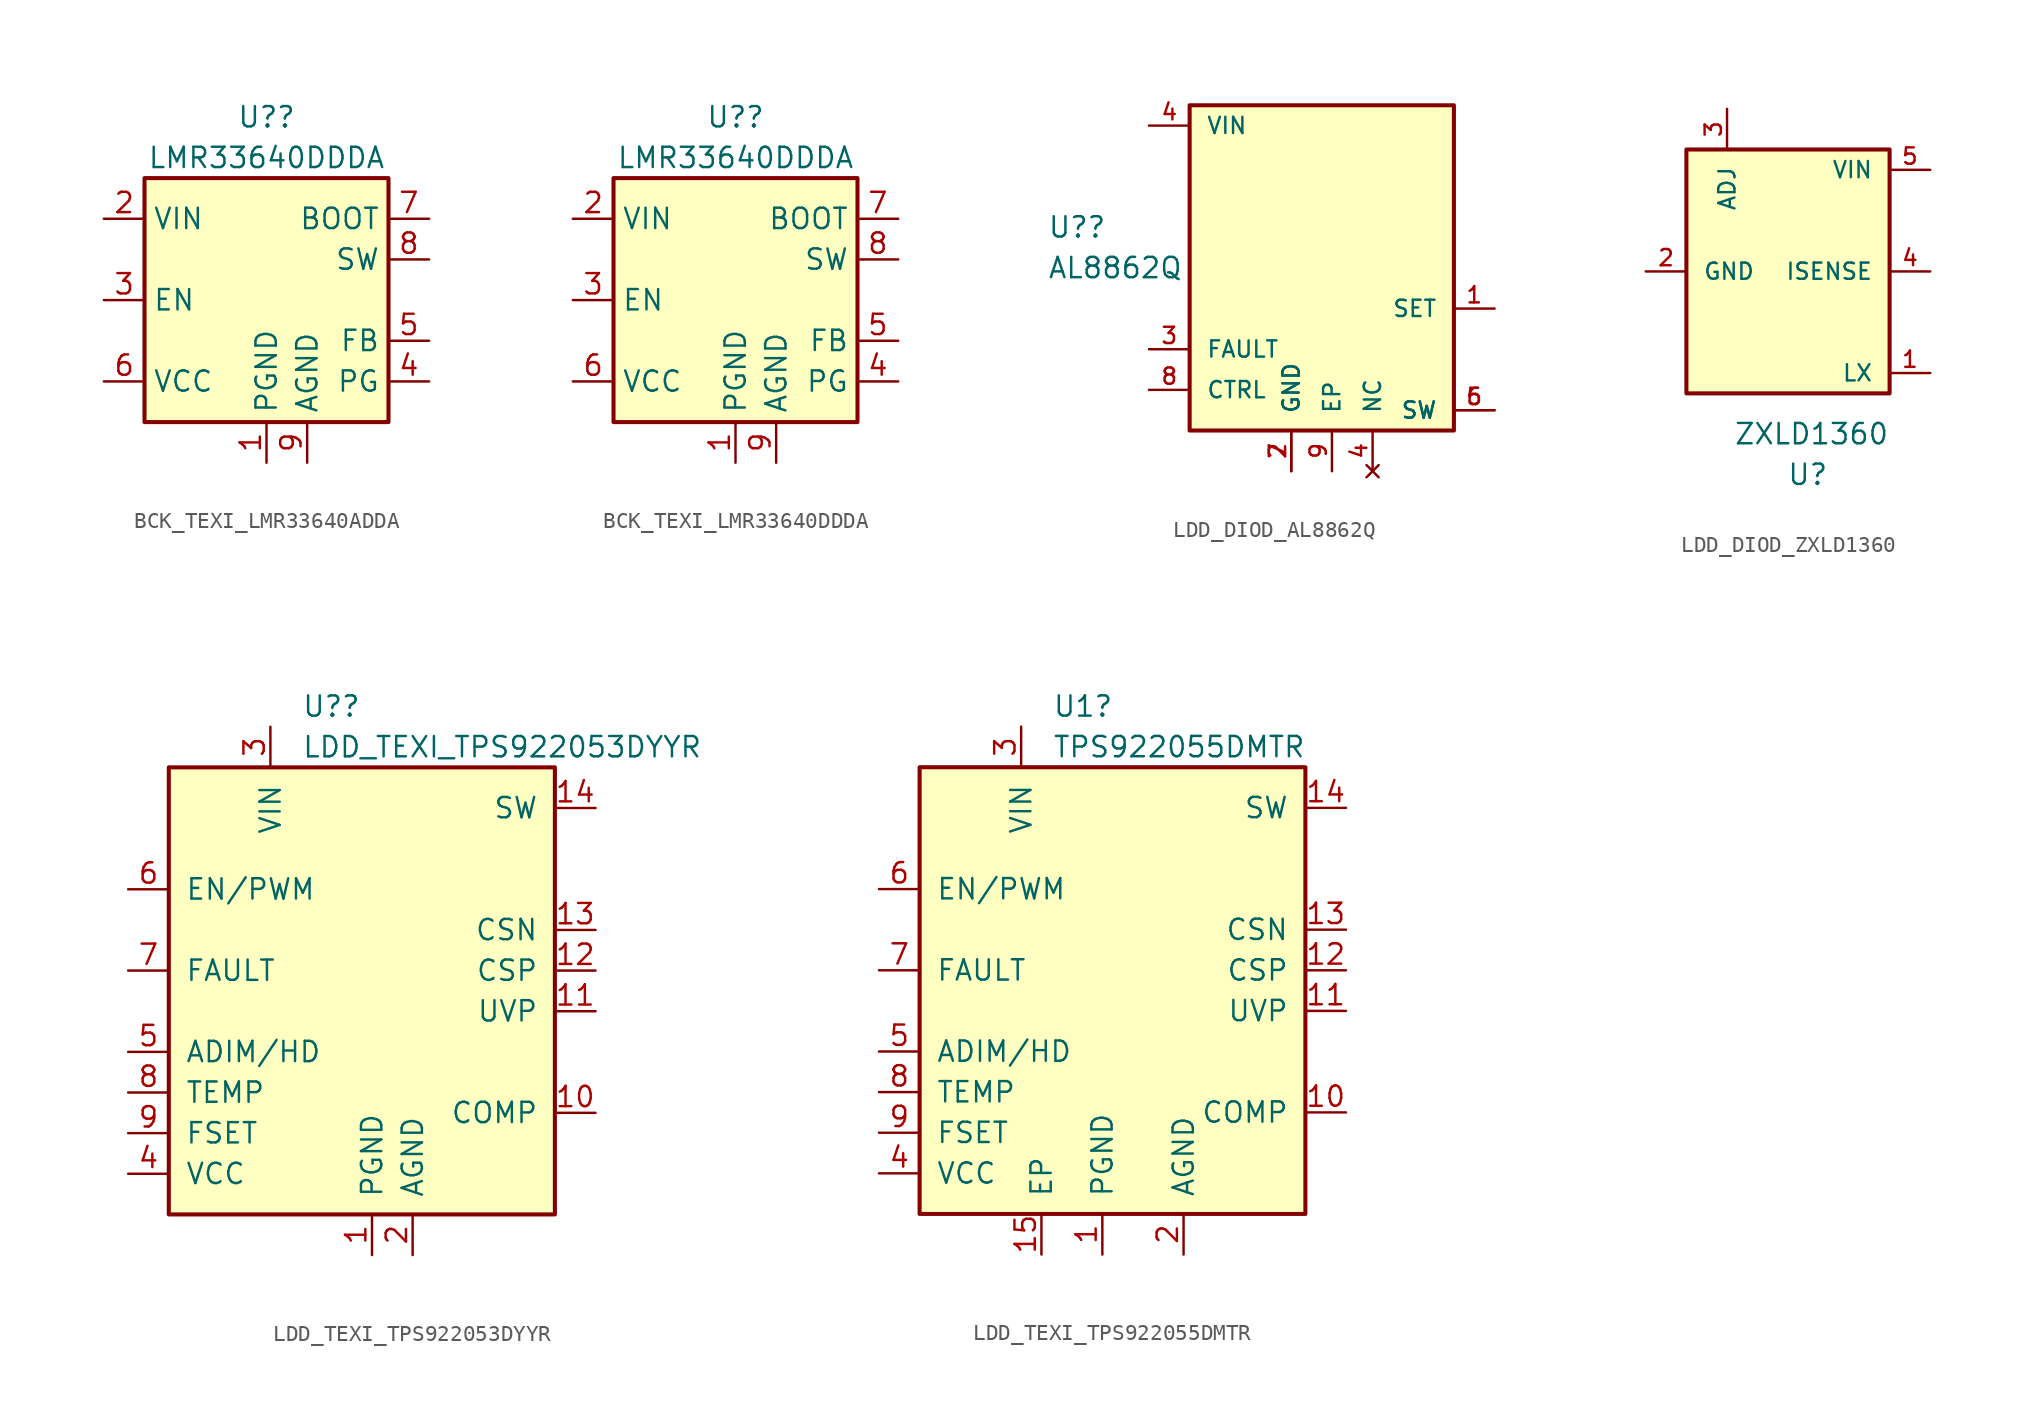
<source format=kicad_sym>
(kicad_symbol_lib
  (version 20231120)
  (generator "kicad_symbol_editor")
  (generator_version "8.0")
  (symbol "BCK_TEXI_LMR33640ADDA"
    (property "Reference" "U?"
      (at 0 11.43 0)
      (effects (font (size 1.27 1.27))))
    (property "Value" "LMR33640DDDA"
      (at 0 8.89 0)
      (effects (font (size 1.27 1.27))))
    (symbol "BCK_TEXI_LMR33640ADDA_0_1"
      (rectangle (start -7.62 7.62) (end 7.62 -7.62) (stroke (width 0.254) (type default)) (fill (type background))))
    (symbol "BCK_TEXI_LMR33640ADDA_1_1"
      (pin power_in line (at 0 -10.16 90) (length 2.54) (name "PGND" (effects (font (size 1.27 1.27)))) (number "1" (effects (font (size 1.27 1.27)))))
      (pin power_in line (at -10.16 5.08 0) (length 2.54) (name "VIN" (effects (font (size 1.27 1.27)))) (number "2" (effects (font (size 1.27 1.27)))))
      (pin input line (at -10.16 0 0) (length 2.54) (name "EN" (effects (font (size 1.27 1.27)))) (number "3" (effects (font (size 1.27 1.27)))))
      (pin open_collector line (at 10.16 -5.08 180) (length 2.54) (name "PG" (effects (font (size 1.27 1.27)))) (number "4" (effects (font (size 1.27 1.27)))))
      (pin input line (at 10.16 -2.54 180) (length 2.54) (name "FB" (effects (font (size 1.27 1.27)))) (number "5" (effects (font (size 1.27 1.27)))))
      (pin power_out line (at -10.16 -5.08 0) (length 2.54) (name "VCC" (effects (font (size 1.27 1.27)))) (number "6" (effects (font (size 1.27 1.27)))))
      (pin input line (at 10.16 5.08 180) (length 2.54) (name "BOOT" (effects (font (size 1.27 1.27)))) (number "7" (effects (font (size 1.27 1.27)))))
      (pin output line (at 10.16 2.54 180) (length 2.54) (name "SW" (effects (font (size 1.27 1.27)))) (number "8" (effects (font (size 1.27 1.27)))))
      (pin power_in line (at 2.54 -10.16 90) (length 2.54) (name "AGND" (effects (font (size 1.27 1.27)))) (number "9" (effects (font (size 1.27 1.27)))))))
  (symbol "BCK_TEXI_LMR33640DDDA"
    (property "Reference" "U?"
      (at 0 11.43 0)
      (effects (font (size 1.27 1.27))))
    (property "Value" "LMR33640DDDA"
      (at 0 8.89 0)
      (effects (font (size 1.27 1.27))))
    (symbol "BCK_TEXI_LMR33640DDDA_0_1"
      (rectangle (start -7.62 7.62) (end 7.62 -7.62) (stroke (width 0.254) (type default)) (fill (type background))))
    (symbol "BCK_TEXI_LMR33640DDDA_1_1"
      (pin power_in line (at 0 -10.16 90) (length 2.54) (name "PGND" (effects (font (size 1.27 1.27)))) (number "1" (effects (font (size 1.27 1.27)))))
      (pin power_in line (at -10.16 5.08 0) (length 2.54) (name "VIN" (effects (font (size 1.27 1.27)))) (number "2" (effects (font (size 1.27 1.27)))))
      (pin input line (at -10.16 0 0) (length 2.54) (name "EN" (effects (font (size 1.27 1.27)))) (number "3" (effects (font (size 1.27 1.27)))))
      (pin open_collector line (at 10.16 -5.08 180) (length 2.54) (name "PG" (effects (font (size 1.27 1.27)))) (number "4" (effects (font (size 1.27 1.27)))))
      (pin input line (at 10.16 -2.54 180) (length 2.54) (name "FB" (effects (font (size 1.27 1.27)))) (number "5" (effects (font (size 1.27 1.27)))))
      (pin power_out line (at -10.16 -5.08 0) (length 2.54) (name "VCC" (effects (font (size 1.27 1.27)))) (number "6" (effects (font (size 1.27 1.27)))))
      (pin input line (at 10.16 5.08 180) (length 2.54) (name "BOOT" (effects (font (size 1.27 1.27)))) (number "7" (effects (font (size 1.27 1.27)))))
      (pin output line (at 10.16 2.54 180) (length 2.54) (name "SW" (effects (font (size 1.27 1.27)))) (number "8" (effects (font (size 1.27 1.27)))))
      (pin power_in line (at 2.54 -10.16 90) (length 2.54) (name "AGND" (effects (font (size 1.27 1.27)))) (number "9" (effects (font (size 1.27 1.27)))))))
  (symbol "LDD_DIOD_AL8862Q"
    (pin_names
      (offset 1.016))
    (property "Reference" "U?"
      (at -19.05 5.08 0)
      (effects (font (size 1.27 1.27)) (justify left)))
    (property "Value" "AL8862Q"
      (at -19.05 2.54 0)
      (effects (font (size 1.27 1.27)) (justify left)))
    (symbol "LDD_DIOD_AL8862Q_0_0"
      (rectangle (start -10.16 12.7) (end 6.35 -7.62) (stroke (width 0.254) (type default)) (fill (type background)))
      (pin power_in line (at -3.81 -10.16 90) (length 2.54) (name "GND" (effects (font (size 1.016 1.016)))) (number "2" (effects (font (size 1.016 1.016))))))
    (symbol "LDD_DIOD_AL8862Q_1_0"
      (pin output line (at 8.89 0 180) (length 2.54) (name "SET" (effects (font (size 1.016 1.016)))) (number "1" (effects (font (size 1.016 1.016)))))
      (pin open_collector line (at -12.7 -2.54 0) (length 2.54) (name "FAULT" (effects (font (size 1.016 1.016)))) (number "3" (effects (font (size 1.016 1.016)))))
      (pin no_connect line (at 1.27 -10.16 90) (length 2.54) (name "NC" (effects (font (size 1.016 1.016)))) (number "4" (effects (font (size 1.016 1.016)))))
      (pin power_in line (at -12.7 11.43 0) (length 2.54) (name "VIN" (effects (font (size 1.016 1.016)))) (number "4" (effects (font (size 1.016 1.016)))))
      (pin input line (at 8.89 -6.35 180) (length 2.54) (name "SW" (effects (font (size 1.016 1.016)))) (number "5" (effects (font (size 1.016 1.016)))))
      (pin input line (at 8.89 -6.35 180) (length 2.54) (name "SW" (effects (font (size 1.016 1.016)))) (number "6" (effects (font (size 1.016 1.016)))))
      (pin power_in line (at -3.81 -10.16 90) (length 2.54) (name "GND" (effects (font (size 1.016 1.016)))) (number "7" (effects (font (size 1.016 1.016)))))
      (pin input line (at -12.7 -5.08 0) (length 2.54) (name "CTRL" (effects (font (size 1.016 1.016)))) (number "8" (effects (font (size 1.016 1.016)))))
      (pin power_in line (at -1.27 -10.16 90) (length 2.54) (name "EP" (effects (font (size 1.016 1.016)))) (number "9" (effects (font (size 1.016 1.016)))))))
  (symbol "LDD_DIOD_ZXLD1360"
    (pin_names
      (offset 1.016))
    (property "Reference" "U"
      (at 1.27 -12.7 0)
      (effects (font (size 1.27 1.27)) (justify right)))
    (property "Value" "ZXLD1360"
      (at 5.08 -10.16 0)
      (effects (font (size 1.27 1.27)) (justify right)))
    (symbol "LDD_DIOD_ZXLD1360_0_0"
      (rectangle (start -7.62 -7.62) (end 5.08 7.62) (stroke (width 0.254) (type default)) (fill (type background)))
      (pin output line (at 7.62 -6.35 180) (length 2.54) (name "LX" (effects (font (size 1.016 1.016)))) (number "1" (effects (font (size 1.016 1.016)))))
      (pin power_in line (at -10.16 0 0) (length 2.54) (name "GND" (effects (font (size 1.016 1.016)))) (number "2" (effects (font (size 1.016 1.016)))))
      (pin input line (at -5.08 10.16 270) (length 2.54) (name "ADJ" (effects (font (size 1.016 1.016)))) (number "3" (effects (font (size 1.016 1.016)))))
      (pin input line (at 7.62 0 180) (length 2.54) (name "ISENSE" (effects (font (size 1.016 1.016)))) (number "4" (effects (font (size 1.016 1.016)))))
      (pin power_in line (at 7.62 6.35 180) (length 2.54) (name "VIN" (effects (font (size 1.016 1.016)))) (number "5" (effects (font (size 1.016 1.016)))))))
  (symbol "LDD_TEXI_TPS922053DYYR"
    (pin_names
      (offset 1.016))
    (property "Reference" "U?"
      (at -5.664 16.51 0)
      (effects (font (size 1.27 1.27)) (justify left)))
    (property "Value" "LDD_TEXI_TPS922053DYYR"
      (at -5.664 13.97 0)
      (effects (font (size 1.27 1.27)) (justify left)))
    (symbol "LDD_TEXI_TPS922053DYYR_0_0"
      (rectangle (start -13.97 12.7) (end 10.16 -15.24) (stroke (width 0.254) (type default)) (fill (type background))))
    (symbol "LDD_TEXI_TPS922053DYYR_1_0"
      (pin power_in line (at -1.27 -17.78 90) (length 2.54) (name "PGND" (effects (font (size 1.27 1.27)))) (number "1" (effects (font (size 1.27 1.27)))))
      (pin input line (at 12.7 -8.89 180) (length 2.54) (name "COMP" (effects (font (size 1.27 1.27)))) (number "10" (effects (font (size 1.27 1.27)))))
      (pin input line (at 12.7 -2.54 180) (length 2.54) (name "UVP" (effects (font (size 1.27 1.27)))) (number "11" (effects (font (size 1.27 1.27)))))
      (pin input line (at 12.7 0 180) (length 2.54) (name "CSP" (effects (font (size 1.27 1.27)))) (number "12" (effects (font (size 1.27 1.27)))))
      (pin input line (at 12.7 2.54 180) (length 2.54) (name "CSN" (effects (font (size 1.27 1.27)))) (number "13" (effects (font (size 1.27 1.27)))))
      (pin output line (at 12.7 10.16 180) (length 2.54) (name "SW" (effects (font (size 1.27 1.27)))) (number "14" (effects (font (size 1.27 1.27)))))
      (pin power_in line (at 1.27 -17.78 90) (length 2.54) (name "AGND" (effects (font (size 1.27 1.27)))) (number "2" (effects (font (size 1.27 1.27)))))
      (pin power_in line (at -7.62 15.24 270) (length 2.54) (name "VIN" (effects (font (size 1.27 1.27)))) (number "3" (effects (font (size 1.27 1.27)))))
      (pin power_out line (at -16.51 -12.7 0) (length 2.54) (name "VCC" (effects (font (size 1.27 1.27)))) (number "4" (effects (font (size 1.27 1.27)))))
      (pin input line (at -16.51 -5.08 0) (length 2.54) (name "ADIM/HD" (effects (font (size 1.27 1.27)))) (number "5" (effects (font (size 1.27 1.27)))))
      (pin input line (at -16.51 5.08 0) (length 2.54) (name "EN/PWM" (effects (font (size 1.27 1.27)))) (number "6" (effects (font (size 1.27 1.27)))))
      (pin open_collector line (at -16.51 0 0) (length 2.54) (name "FAULT" (effects (font (size 1.27 1.27)))) (number "7" (effects (font (size 1.27 1.27)))))
      (pin input line (at -16.51 -7.62 0) (length 2.54) (name "TEMP" (effects (font (size 1.27 1.27)))) (number "8" (effects (font (size 1.27 1.27)))))
      (pin input line (at -16.51 -10.16 0) (length 2.54) (name "FSET" (effects (font (size 1.27 1.27)))) (number "9" (effects (font (size 1.27 1.27)))))))
  (symbol "LDD_TEXI_TPS922055DMTR"
    (pin_names
      (offset 1.016))
    (property "Reference" "U1"
      (at -5.664 16.51 0)
      (effects (font (size 1.27 1.27)) (justify left)))
    (property "Value" "TPS922055DMTR"
      (at -5.664 13.97 0)
      (effects (font (size 1.27 1.27)) (justify left)))
    (symbol "LDD_TEXI_TPS922055DMTR_0_0"
      (rectangle (start -13.97 12.7) (end 10.16 -15.24) (stroke (width 0.254) (type default)) (fill (type background))))
    (symbol "LDD_TEXI_TPS922055DMTR_1_0"
      (pin input line (at 12.7 -8.89 180) (length 2.54) (name "COMP" (effects (font (size 1.27 1.27)))) (number "10" (effects (font (size 1.27 1.27)))))
      (pin input line (at 12.7 -2.54 180) (length 2.54) (name "UVP" (effects (font (size 1.27 1.27)))) (number "11" (effects (font (size 1.27 1.27)))))
      (pin input line (at 12.7 0 180) (length 2.54) (name "CSP" (effects (font (size 1.27 1.27)))) (number "12" (effects (font (size 1.27 1.27)))))
      (pin input line (at 12.7 2.54 180) (length 2.54) (name "CSN" (effects (font (size 1.27 1.27)))) (number "13" (effects (font (size 1.27 1.27)))))
      (pin output line (at 12.7 10.16 180) (length 2.54) (name "SW" (effects (font (size 1.27 1.27)))) (number "14" (effects (font (size 1.27 1.27)))))
      (pin power_in line (at -6.35 -17.78 90) (length 2.54) (name "EP" (effects (font (size 1.27 1.27)))) (number "15" (effects (font (size 1.27 1.27)))))
      (pin power_in line (at 2.54 -17.78 90) (length 2.54) (name "AGND" (effects (font (size 1.27 1.27)))) (number "2" (effects (font (size 1.27 1.27)))))
      (pin power_in line (at -7.62 15.24 270) (length 2.54) (name "VIN" (effects (font (size 1.27 1.27)))) (number "3" (effects (font (size 1.27 1.27)))))
      (pin power_out line (at -16.51 -12.7 0) (length 2.54) (name "VCC" (effects (font (size 1.27 1.27)))) (number "4" (effects (font (size 1.27 1.27)))))
      (pin input line (at -16.51 -5.08 0) (length 2.54) (name "ADIM/HD" (effects (font (size 1.27 1.27)))) (number "5" (effects (font (size 1.27 1.27)))))
      (pin input line (at -16.51 5.08 0) (length 2.54) (name "EN/PWM" (effects (font (size 1.27 1.27)))) (number "6" (effects (font (size 1.27 1.27)))))
      (pin open_collector line (at -16.51 0 0) (length 2.54) (name "FAULT" (effects (font (size 1.27 1.27)))) (number "7" (effects (font (size 1.27 1.27)))))
      (pin input line (at -16.51 -7.62 0) (length 2.54) (name "TEMP" (effects (font (size 1.27 1.27)))) (number "8" (effects (font (size 1.27 1.27)))))
      (pin input line (at -16.51 -10.16 0) (length 2.54) (name "FSET" (effects (font (size 1.27 1.27)))) (number "9" (effects (font (size 1.27 1.27))))))
    (symbol "LDD_TEXI_TPS922055DMTR_1_1"
      (pin power_in line (at -2.54 -17.78 90) (length 2.54) (name "PGND" (effects (font (size 1.27 1.27)))) (number "1" (effects (font (size 1.27 1.27))))))))
</source>
